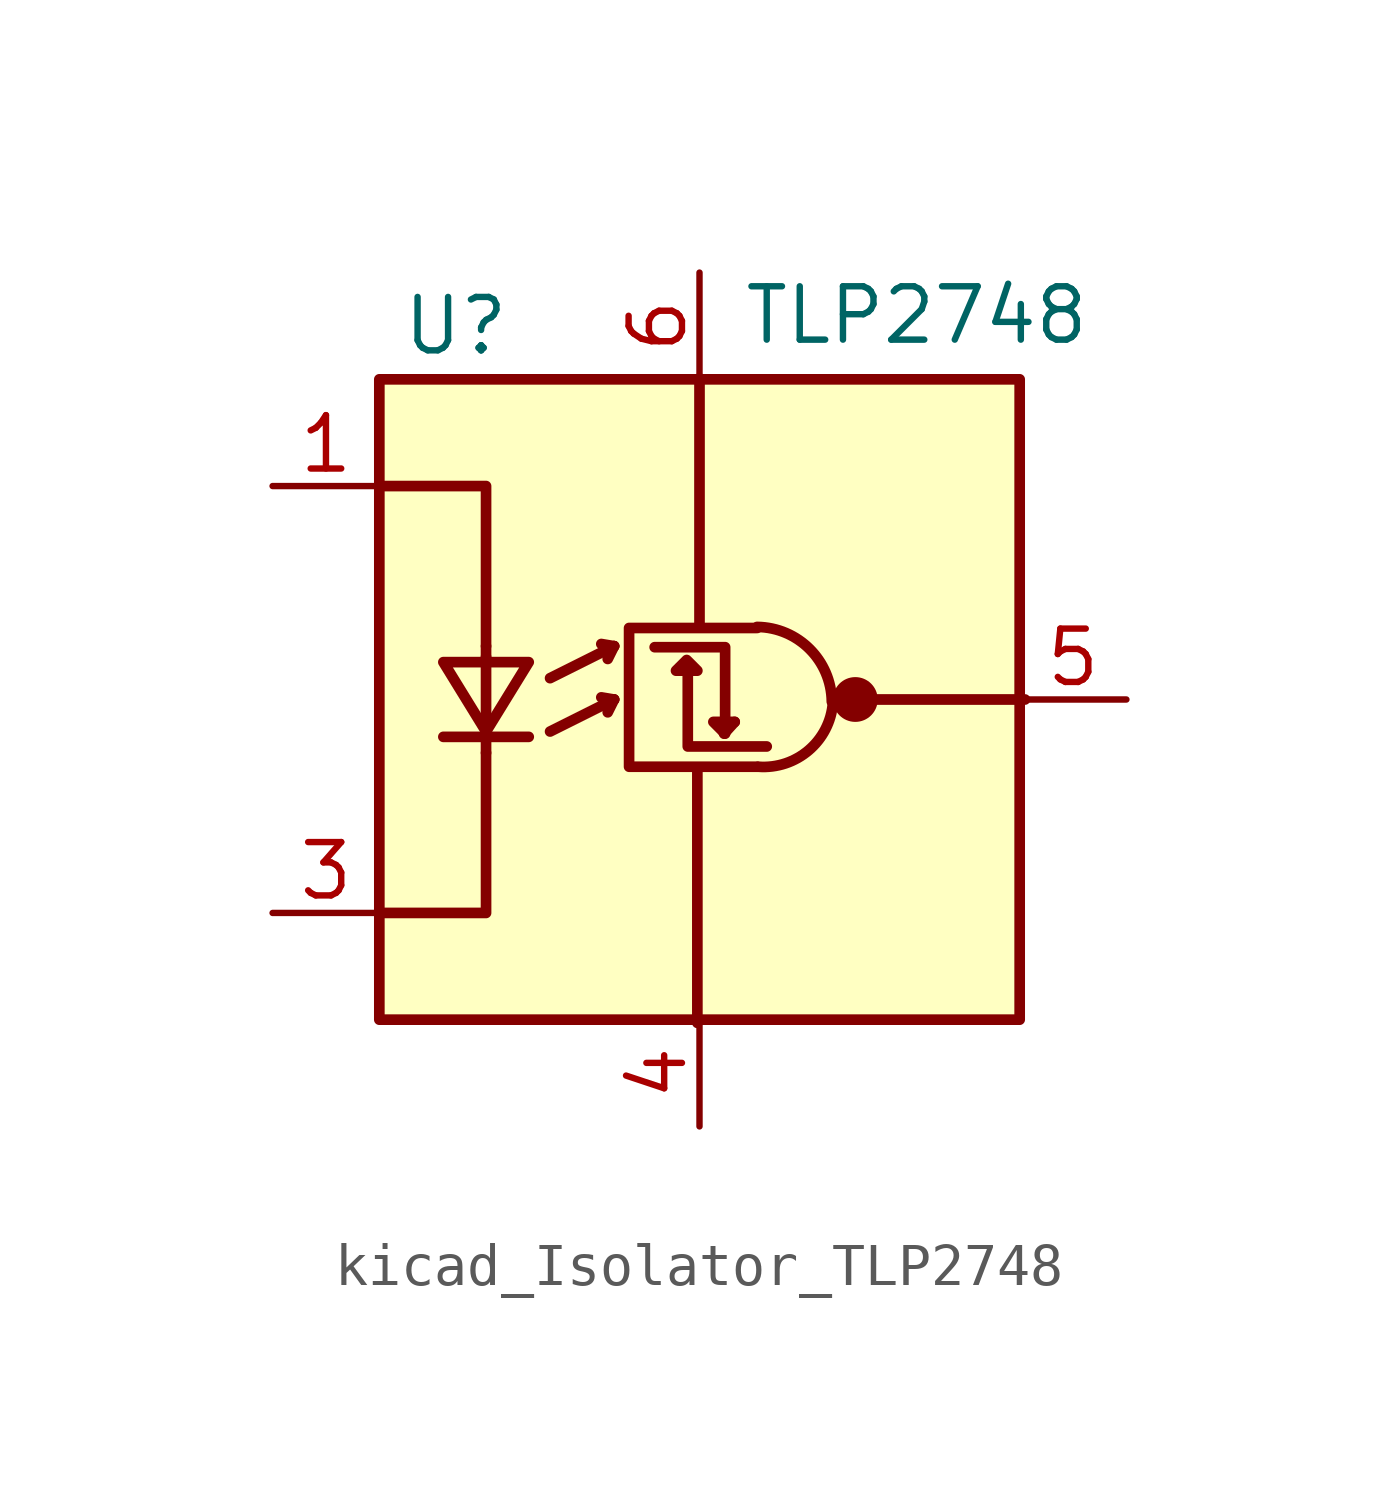
<source format=kicad_sym>
(kicad_symbol_lib
  (version 20220914)
  (generator kicad_symbol_editor)
  (symbol "kicad_Isolator_TLP2748"
    (pin_names
      (offset 1.016) hide)
    (property "Reference" "U"
      (at -7.112 8.89 0)
      (effects (font (size 1.27 1.27)) (justify left)))
    (property "Value" "TLP2748"
      (at 1.016 9.144 0)
      (effects (font (size 1.27 1.27)) (justify left)))
    (symbol "kicad_Isolator_TLP2748_0_1"
      (rectangle (start -7.62 7.62) (end 7.62 -7.62) (stroke (width 0.254) (type default)) (fill (type background)))
      (polyline (pts (xy -6.096 -0.889) (xy -4.064 -0.889)) (stroke (width 0.254) (type default)) (fill (type none)))
      (polyline (pts (xy -5.08 -1.27) (xy -5.08 -0.914)) (stroke (width 0.254) (type default)) (fill (type none)))
      (polyline (pts (xy -5.08 1.016) (xy -5.08 -0.762)) (stroke (width 0.254) (type default)) (fill (type none)))
      (polyline (pts (xy -5.08 1.27) (xy -5.08 0.914)) (stroke (width 0.254) (type default)) (fill (type none)))
      (polyline (pts (xy -3.556 -0.762) (xy -2.032 0)) (stroke (width 0.254) (type default)) (fill (type none)))
      (polyline (pts (xy -3.556 0.508) (xy -2.032 1.27)) (stroke (width 0.254) (type default)) (fill (type none)))
      (polyline (pts (xy -2.032 0) (xy -2.337 0.051)) (stroke (width 0.254) (type default)) (fill (type none)))
      (polyline (pts (xy -2.032 0) (xy -2.184 -0.305)) (stroke (width 0.254) (type default)) (fill (type none)))
      (polyline (pts (xy -2.032 1.27) (xy -2.337 1.321)) (stroke (width 0.254) (type default)) (fill (type none)))
      (polyline (pts (xy -2.032 1.27) (xy -2.184 0.965)) (stroke (width 0.254) (type default)) (fill (type none)))
      (polyline (pts (xy -0.051 -7.696) (xy -0.051 -1.727)) (stroke (width 0.254) (type default)) (fill (type none)))
      (polyline (pts (xy 0 7.645) (xy 0 1.803)) (stroke (width 0.254) (type default)) (fill (type none)))
      (polyline (pts (xy 0.838 -0.533) (xy 0.584 -0.813)) (stroke (width 0.254) (type default)) (fill (type none)))
      (polyline (pts (xy 7.747 0) (xy 4.064 0)) (stroke (width 0.254) (type default)) (fill (type none)))
      (polyline (pts (xy -7.62 -5.08) (xy -5.08 -5.08) (xy -5.08 -1.27)) (stroke (width 0.254) (type default)) (fill (type none)))
      (polyline (pts (xy -5.08 1.27) (xy -5.08 5.08) (xy -7.62 5.08)) (stroke (width 0.254) (type default)) (fill (type none)))
      (polyline (pts (xy -0.279 0.66) (xy -0.279 -1.118) (xy 1.6 -1.118)) (stroke (width 0.254) (type default)) (fill (type none)))
      (polyline (pts (xy 0.584 -0.787) (xy 0.33 -0.533) (xy 0.838 -0.533)) (stroke (width 0.254) (type default)) (fill (type none)))
      (polyline (pts (xy 0.61 -0.813) (xy 0.61 1.245) (xy -1.067 1.245)) (stroke (width 0.254) (type default)) (fill (type none)))
      (polyline (pts (xy -6.096 0.889) (xy -4.064 0.889) (xy -5.08 -0.762) (xy -6.096 0.889)) (stroke (width 0.254) (type default)) (fill (type none)))
      (polyline (pts (xy -0.305 0.94) (xy -0.559 0.686) (xy -0.051 0.686) (xy -0.305 0.94)) (stroke (width 0.254) (type default)) (fill (type none)))
      (polyline (pts (xy 1.372 1.702) (xy -1.676 1.702) (xy -1.676 -1.6) (xy 1.372 -1.6)) (stroke (width 0.254) (type default)) (fill (type none)))
      (arc (start 1.397 -1.6002) (mid 2.6016 -1.2064) (end 3.175 -0.0762) (stroke (width 0.254) (type default)) (fill (type none)))
      (arc (start 3.1496 -0.0508) (mid 2.6235 1.2011) (end 1.3716 1.7272) (stroke (width 0.254) (type default)) (fill (type none)))
      (circle (center 3.708 0) (radius 0.457) (stroke (width 0) (type default)) (fill (type outline))))
    (symbol "kicad_Isolator_TLP2748_1_1"
      (pin passive line (at -10.16 5.08 0) (length 2.54) (name "A" (effects (font (size 1.27 1.27)))) (number "1" (effects (font (size 1.27 1.27)))))
      (pin no_connect line (at -7.62 0 0) (length 2.54) hide (name "NC" (effects (font (size 1.27 1.27)))) (number "2" (effects (font (size 1.27 1.27)))))
      (pin passive line (at -10.16 -5.08 0) (length 2.54) (name "K" (effects (font (size 1.27 1.27)))) (number "3" (effects (font (size 1.27 1.27)))))
      (pin power_in line (at 0 -10.16 90) (length 2.54) (name "GND" (effects (font (size 1.27 1.27)))) (number "4" (effects (font (size 1.27 1.27)))))
      (pin output line (at 10.16 0 180) (length 2.54) (name "VO" (effects (font (size 1.27 1.27)))) (number "5" (effects (font (size 1.27 1.27)))))
      (pin power_in line (at 0 10.16 270) (length 2.54) (name "VDD" (effects (font (size 1.27 1.27)))) (number "6" (effects (font (size 1.27 1.27))))))))
</source>
